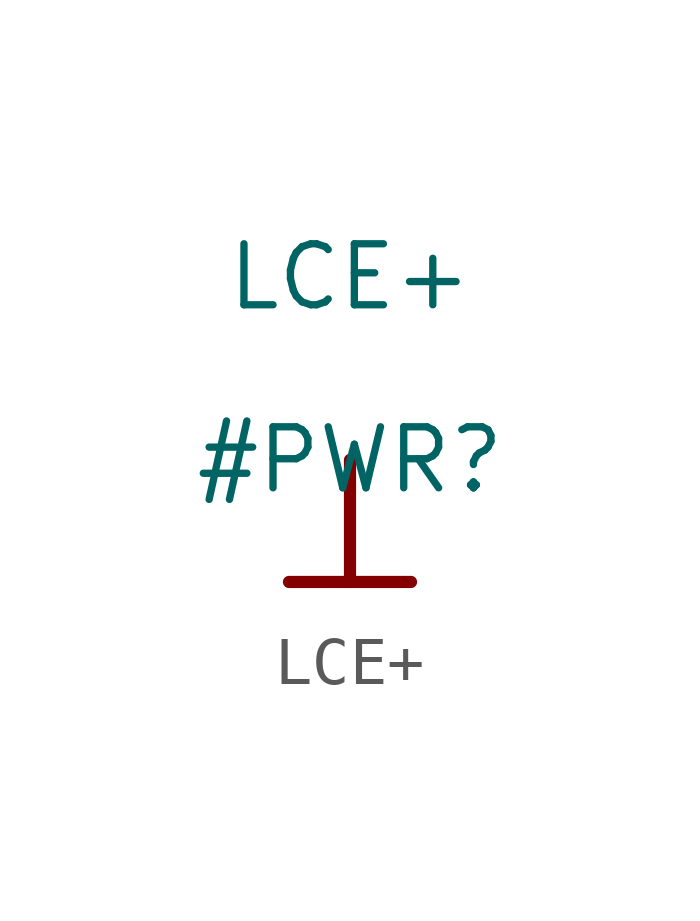
<source format=kicad_sym>
(kicad_symbol_lib
  (version 20211014)
  (generator kicad_symbol_editor)
  (symbol "LCE+"
    (power)
    (property "Reference" "#PWR"
      (at 0 0 0)
      (effects (font (size 1.27 1.27))))
    (property "Value" "LCE+"
      (at 0 3.81 0)
      (effects (font (size 1.27 1.27))))
    (symbol "LCE+_0_0"
      (polyline (pts (xy -1.27 -2.54) (xy 1.27 -2.54)) (stroke (width 0.254) (type default) (color 0 0 0 0)) (fill (type none)))
      (polyline (pts (xy 0 0) (xy 0 -2.54)) (stroke (width 0.254) (type default) (color 0 0 0 0)) (fill (type none)))
      (pin power_in line (at 0 0 0) (length 0) hide (name "LCE+" (effects (font (size 1.27 1.27)))) (number "" (effects (font (size 1.27 1.27))))))))
</source>
